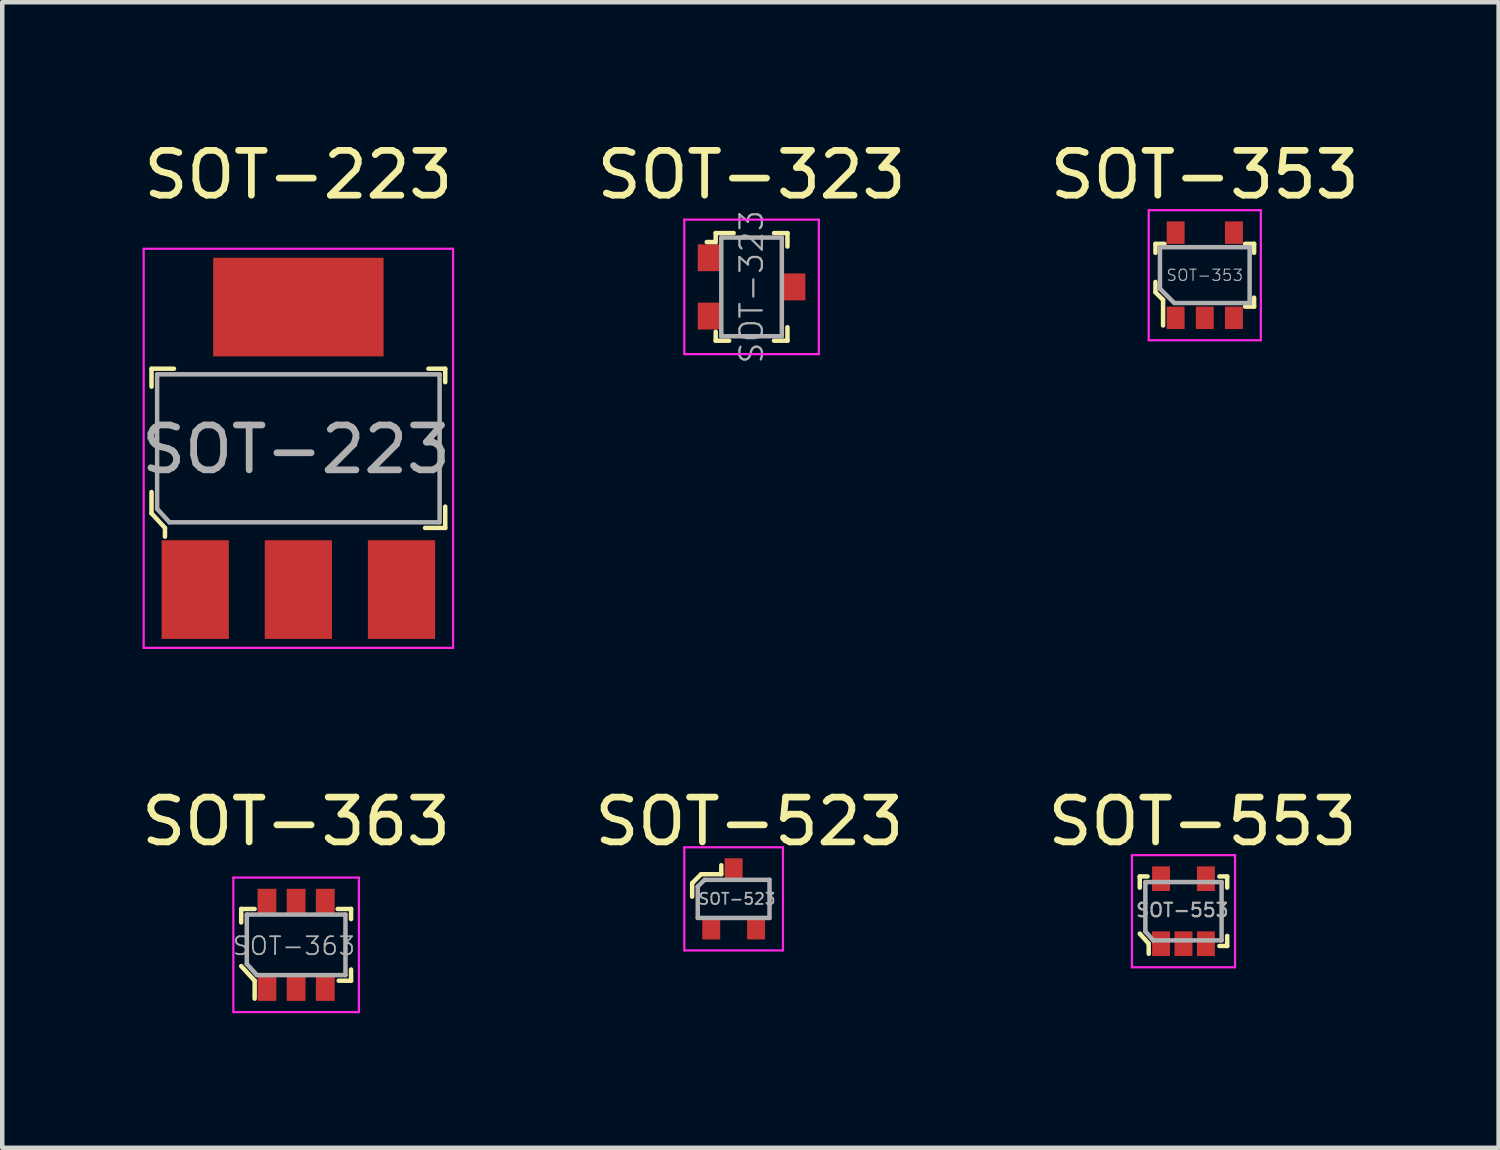
<source format=kicad_pcb>
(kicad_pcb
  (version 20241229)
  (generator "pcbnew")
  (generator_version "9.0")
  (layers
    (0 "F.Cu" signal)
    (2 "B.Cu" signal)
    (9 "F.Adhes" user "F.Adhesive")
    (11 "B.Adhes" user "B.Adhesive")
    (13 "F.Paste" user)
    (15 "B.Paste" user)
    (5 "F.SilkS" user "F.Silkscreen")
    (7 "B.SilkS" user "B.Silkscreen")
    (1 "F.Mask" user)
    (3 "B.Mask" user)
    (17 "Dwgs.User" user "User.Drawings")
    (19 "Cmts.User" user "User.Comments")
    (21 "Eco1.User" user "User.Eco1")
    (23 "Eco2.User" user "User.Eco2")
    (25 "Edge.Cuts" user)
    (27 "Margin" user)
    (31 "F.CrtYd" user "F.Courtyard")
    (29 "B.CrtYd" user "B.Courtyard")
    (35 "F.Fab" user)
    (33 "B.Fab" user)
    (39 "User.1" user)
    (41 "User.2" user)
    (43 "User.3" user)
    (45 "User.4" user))
  (footprint "SOT-223"
    (layer "F.Cu")
    (at 3.604 6.948)
    (property "Reference" "SOT-223" (at 0 -6.1 0) (layer "F.SilkS") (effects (font (size 1 1) (thickness 0.15))))
    (attr through_hole)
    (fp_line (start -3.275 -1.775) (end -3.275 -1.375) (stroke (width 0.1) (type solid)) (layer "F.SilkS"))
    (fp_line (start -3.275 0.975) (end -3.275 1.45) (stroke (width 0.1) (type solid)) (layer "F.SilkS"))
    (fp_line (start -3.275 1.45) (end -2.975 1.775) (stroke (width 0.1) (type solid)) (layer "F.SilkS"))
    (fp_line (start -2.975 1.775) (end -2.975 1.97) (stroke (width 0.1) (type solid)) (layer "F.SilkS"))
    (fp_line (start -2.775 -1.775) (end -3.275 -1.775) (stroke (width 0.1) (type solid)) (layer "F.SilkS"))
    (fp_line (start 2.9 -1.775) (end 3.275 -1.775) (stroke (width 0.1) (type solid)) (layer "F.SilkS"))
    (fp_line (start 3.275 -1.775) (end 3.275 -1.475) (stroke (width 0.1) (type solid)) (layer "F.SilkS"))
    (fp_line (start 3.275 1.3) (end 3.275 1.775) (stroke (width 0.1) (type solid)) (layer "F.SilkS"))
    (fp_line (start 3.275 1.775) (end 2.825 1.775) (stroke (width 0.1) (type solid)) (layer "F.SilkS"))
    (fp_line (start -3.45 -4.45) (end -3.45 4.45) (stroke (width 0.05) (type solid)) (layer "F.CrtYd"))
    (fp_line (start -3.45 4.45) (end 3.45 4.45) (stroke (width 0.05) (type solid)) (layer "F.CrtYd"))
    (fp_line (start 3.45 -4.45) (end -3.45 -4.45) (stroke (width 0.05) (type solid)) (layer "F.CrtYd"))
    (fp_line (start 3.45 -4.45) (end 3.45 4.45) (stroke (width 0.05) (type solid)) (layer "F.CrtYd"))
    (fp_line (start -3.15 -1.65) (end 3.15 -1.65) (stroke (width 0.1) (type solid)) (layer "F.Fab"))
    (fp_line (start -3.15 1.35) (end -3.15 -1.65) (stroke (width 0.1) (type solid)) (layer "F.Fab"))
    (fp_line (start -3.15 1.35) (end -2.875 1.65) (stroke (width 0.1) (type solid)) (layer "F.Fab"))
    (fp_line (start 3.15 -1.65) (end 3.15 1.65) (stroke (width 0.1) (type solid)) (layer "F.Fab"))
    (fp_line (start 3.15 1.65) (end -2.875 1.65) (stroke (width 0.1) (type solid)) (layer "F.Fab"))
    (fp_text user "${REFERENCE}" (at -0.05 0.025 0) (layer "F.Fab") (effects (font (size 1 1) (thickness 0.15))))
    (pad "1" smd rect (at -2.3 3.15) (size 1.5 2.2) (layers "F.Cu" "F.Mask" "F.Paste"))
    (pad "2" smd rect (at 0 3.15) (size 1.5 2.2) (layers "F.Cu" "F.Mask" "F.Paste"))
    (pad "3" smd rect (at 2.3 3.15) (size 1.5 2.2) (layers "F.Cu" "F.Mask" "F.Paste"))
    (pad "4" smd rect (at 0 -3.15) (size 3.8 2.2) (layers "F.Cu" "F.Mask" "F.Paste")))
  (footprint "SOT-553"
    (layer "F.Cu")
    (at 23.343 17.271)
    (property "Reference" "SOT-553" (at 0.425 -2 0) (layer "F.SilkS") (effects (font (size 1 1) (thickness 0.15))))
    (attr smd)
    (fp_line (start -0.975 -0.775) (end -0.975 -0.525) (stroke (width 0.1) (type solid)) (layer "F.SilkS"))
    (fp_line (start -0.975 -0.775) (end -0.8 -0.775) (stroke (width 0.1) (type solid)) (layer "F.SilkS"))
    (fp_line (start -0.975 0.5) (end -0.775 0.725) (stroke (width 0.1) (type solid)) (layer "F.SilkS"))
    (fp_line (start -0.775 0.725) (end -0.775 0.95) (stroke (width 0.1) (type solid)) (layer "F.SilkS"))
    (fp_line (start 0.975 -0.775) (end 0.8 -0.775) (stroke (width 0.1) (type solid)) (layer "F.SilkS"))
    (fp_line (start 0.975 -0.775) (end 0.975 -0.525) (stroke (width 0.1) (type solid)) (layer "F.SilkS"))
    (fp_line (start 0.975 0.775) (end 0.8 0.775) (stroke (width 0.1) (type solid)) (layer "F.SilkS"))
    (fp_line (start 0.975 0.775) (end 0.975 0.55) (stroke (width 0.1) (type solid)) (layer "F.SilkS"))
    (fp_line (start -1.15 -1.25) (end 1.15 -1.25) (stroke (width 0.05) (type solid)) (layer "F.CrtYd"))
    (fp_line (start -1.15 1.25) (end -1.15 -1.25) (stroke (width 0.05) (type solid)) (layer "F.CrtYd"))
    (fp_line (start 1.15 -1.25) (end 1.15 1.25) (stroke (width 0.05) (type solid)) (layer "F.CrtYd"))
    (fp_line (start 1.15 1.25) (end -1.15 1.25) (stroke (width 0.05) (type solid)) (layer "F.CrtYd"))
    (fp_line (start -0.85 -0.65) (end 0.85 -0.65) (stroke (width 0.1) (type solid)) (layer "F.Fab"))
    (fp_line (start -0.85 0.45) (end -0.85 -0.65) (stroke (width 0.1) (type solid)) (layer "F.Fab"))
    (fp_line (start -0.85 0.45) (end -0.675 0.65) (stroke (width 0.1) (type solid)) (layer "F.Fab"))
    (fp_line (start -0.675 0.65) (end 0.85 0.65) (stroke (width 0.1) (type solid)) (layer "F.Fab"))
    (fp_line (start 0.85 -0.65) (end 0.85 0.65) (stroke (width 0.1) (type solid)) (layer "F.Fab"))
    (fp_text user "${REFERENCE}" (at -0.025 -0.025 0) (layer "F.Fab") (effects (font (size 0.3 0.3) (thickness 0.05))))
    (pad "1" smd rect (at -0.5 0.725) (size 0.4 0.55) (layers "F.Cu" "F.Mask" "F.Paste"))
    (pad "2" smd rect (at 0 0.725) (size 0.4 0.55) (layers "F.Cu" "F.Mask" "F.Paste"))
    (pad "3" smd rect (at 0.5 0.725) (size 0.4 0.55) (layers "F.Cu" "F.Mask" "F.Paste"))
    (pad "4" smd rect (at 0.5 -0.725) (size 0.4 0.55) (layers "F.Cu" "F.Mask" "F.Paste"))
    (pad "5" smd rect (at -0.5 -0.725) (size 0.4 0.55) (layers "F.Cu" "F.Mask" "F.Paste")))
  (footprint "SOT-523"
    (layer "F.Cu")
    (at 13.311 17.646)
    (property "Reference" "SOT-523" (at 0.35 -2.375 0) (layer "F.SilkS") (effects (font (size 1 1) (thickness 0.15))))
    (attr through_hole)
    (fp_line (start -0.925 -1) (end -0.725 -1.2) (stroke (width 0.1) (type solid)) (layer "F.SilkS"))
    (fp_line (start -0.925 -0.7) (end -0.925 -1) (stroke (width 0.1) (type solid)) (layer "F.SilkS"))
    (fp_line (start -0.725 -1.2) (end -0.275 -1.2) (stroke (width 0.1) (type solid)) (layer "F.SilkS"))
    (fp_line (start -0.275 -1.2) (end -0.275 -1.4) (stroke (width 0.1) (type solid)) (layer "F.SilkS"))
    (fp_line (start -1.1 -1.8) (end -1.1 0.5) (stroke (width 0.05) (type solid)) (layer "F.CrtYd"))
    (fp_line (start -1.1 -1.8) (end 1.1 -1.8) (stroke (width 0.05) (type solid)) (layer "F.CrtYd"))
    (fp_line (start -1.1 0.5) (end 1.1 0.5) (stroke (width 0.05) (type solid)) (layer "F.CrtYd"))
    (fp_line (start 1.1 -1.8) (end 1.1 0.5) (stroke (width 0.05) (type solid)) (layer "F.CrtYd"))
    (fp_line (start -0.8 -0.925) (end -0.8 -0.225) (stroke (width 0.1) (type solid)) (layer "F.Fab"))
    (fp_line (start -0.65 -1.075) (end -0.8 -0.925) (stroke (width 0.1) (type solid)) (layer "F.Fab"))
    (fp_line (start 0.8 -1.075) (end -0.65 -1.075) (stroke (width 0.1) (type solid)) (layer "F.Fab"))
    (fp_line (start 0.8 -1.075) (end 0.8 -0.225) (stroke (width 0.1) (type solid)) (layer "F.Fab"))
    (fp_line (start 0.8 -0.225) (end -0.8 -0.225) (stroke (width 0.1) (type solid)) (layer "F.Fab"))
    (fp_text user "${REFERENCE}" (at 0.075 -0.65 0) (layer "F.Fab") (effects (font (size 0.25 0.25) (thickness 0.04))))
    (pad "1" smd rect (at -0.5 0) (size 0.4 0.51) (layers "F.Cu" "F.Mask" "F.Paste"))
    (pad "2" smd rect (at 0.5 0) (size 0.4 0.51) (layers "F.Cu" "F.Mask" "F.Paste"))
    (pad "3" smd rect (at 0 -1.3) (size 0.4 0.51) (layers "F.Cu" "F.Mask" "F.Paste")))
  (footprint "SOT-323"
    (layer "F.Cu")
    (at 13.711 3.348)
    (property "Reference" "SOT-323" (at 0 -2.5 0) (layer "F.SilkS") (effects (font (size 1 1) (thickness 0.15))))
    (attr smd)
    (fp_line (start -0.8 -1.2) (end -0.8 -1) (stroke (width 0.1) (type solid)) (layer "F.SilkS"))
    (fp_line (start -0.8 -1) (end -1 -1) (stroke (width 0.1) (type solid)) (layer "F.SilkS"))
    (fp_line (start -0.8 1) (end -0.8 1.2) (stroke (width 0.1) (type solid)) (layer "F.SilkS"))
    (fp_line (start -0.8 1.2) (end -0.5 1.2) (stroke (width 0.1) (type solid)) (layer "F.SilkS"))
    (fp_line (start -0.4 -1.2) (end -0.8 -1.2) (stroke (width 0.1) (type solid)) (layer "F.SilkS"))
    (fp_line (start 0.5 -1.2) (end 0.8 -1.2) (stroke (width 0.1) (type solid)) (layer "F.SilkS"))
    (fp_line (start 0.5 1.2) (end 0.8 1.2) (stroke (width 0.1) (type solid)) (layer "F.SilkS"))
    (fp_line (start 0.8 -1.2) (end 0.8 -0.9) (stroke (width 0.1) (type solid)) (layer "F.SilkS"))
    (fp_line (start 0.8 1.2) (end 0.8 0.9) (stroke (width 0.1) (type solid)) (layer "F.SilkS"))
    (fp_line (start -1.5 -1.5) (end -1.5 1.5) (stroke (width 0.05) (type solid)) (layer "F.CrtYd"))
    (fp_line (start -1.5 -1.5) (end 1.5 -1.5) (stroke (width 0.05) (type solid)) (layer "F.CrtYd"))
    (fp_line (start -1.5 1.5) (end 1.5 1.5) (stroke (width 0.05) (type solid)) (layer "F.CrtYd"))
    (fp_line (start 1.5 -1.5) (end 1.5 1.5) (stroke (width 0.05) (type solid)) (layer "F.CrtYd"))
    (fp_line (start -0.675 -1.1) (end -0.675 1.1) (stroke (width 0.1) (type solid)) (layer "F.Fab"))
    (fp_line (start -0.675 -1.1) (end 0.675 -1.1) (stroke (width 0.1) (type solid)) (layer "F.Fab"))
    (fp_line (start -0.675 1.1) (end 0.675 1.1) (stroke (width 0.1) (type solid)) (layer "F.Fab"))
    (fp_line (start 0.675 -1.1) (end 0.675 1.1) (stroke (width 0.1) (type solid)) (layer "F.Fab"))
    (fp_text user "${REFERENCE}" (at 0 0 90) (layer "F.Fab") (effects (font (size 0.5 0.5) (thickness 0.05))))
    (pad "1" smd rect (at -0.925 -0.65) (size 0.55 0.6) (layers "F.Cu" "F.Mask" "F.Paste"))
    (pad "2" smd rect (at -0.925 0.65) (size 0.55 0.6) (layers "F.Cu" "F.Mask" "F.Paste"))
    (pad "3" smd rect (at 0.925 0) (size 0.55 0.6) (layers "F.Cu" "F.Mask" "F.Paste")))
  (footprint "SOT-363"
    (layer "F.Cu")
    (at 3.554 18.021)
    (property "Reference" "SOT-363" (at 0 -2.75 0) (layer "F.SilkS") (effects (font (size 1 1) (thickness 0.15))))
    (attr smd)
    (fp_line (start -1.225 -0.8) (end -1.225 -0.5) (stroke (width 0.1) (type solid)) (layer "F.SilkS"))
    (fp_line (start -1.225 0.475) (end -0.925 0.8) (stroke (width 0.1) (type solid)) (layer "F.SilkS"))
    (fp_line (start -0.925 -0.8) (end -1.225 -0.8) (stroke (width 0.1) (type solid)) (layer "F.SilkS"))
    (fp_line (start -0.925 0.8) (end -0.925 1.2) (stroke (width 0.1) (type solid)) (layer "F.SilkS"))
    (fp_line (start 0.925 -0.8) (end 1.225 -0.8) (stroke (width 0.1) (type solid)) (layer "F.SilkS"))
    (fp_line (start 0.95 0.8) (end 1.225 0.8) (stroke (width 0.1) (type solid)) (layer "F.SilkS"))
    (fp_line (start 1.225 -0.8) (end 1.225 -0.575) (stroke (width 0.1) (type solid)) (layer "F.SilkS"))
    (fp_line (start 1.225 0.8) (end 1.225 0.55) (stroke (width 0.1) (type solid)) (layer "F.SilkS"))
    (fp_line (start -1.4 -1.5) (end 1.4 -1.5) (stroke (width 0.05) (type solid)) (layer "F.CrtYd"))
    (fp_line (start -1.4 1.5) (end -1.4 -1.5) (stroke (width 0.05) (type solid)) (layer "F.CrtYd"))
    (fp_line (start 1.4 -1.5) (end 1.4 1.5) (stroke (width 0.05) (type solid)) (layer "F.CrtYd"))
    (fp_line (start 1.4 1.5) (end -1.4 1.5) (stroke (width 0.05) (type solid)) (layer "F.CrtYd"))
    (fp_line (start -1.1 -0.675) (end 1.1 -0.675) (stroke (width 0.1) (type solid)) (layer "F.Fab"))
    (fp_line (start -1.1 0.425) (end -1.1 -0.675) (stroke (width 0.1) (type solid)) (layer "F.Fab"))
    (fp_line (start -1.1 0.425) (end -0.875 0.675) (stroke (width 0.1) (type solid)) (layer "F.Fab"))
    (fp_line (start -0.875 0.675) (end 1.1 0.675) (stroke (width 0.1) (type solid)) (layer "F.Fab"))
    (fp_line (start 1.1 -0.675) (end 1.1 0.675) (stroke (width 0.1) (type solid)) (layer "F.Fab"))
    (fp_text user "${REFERENCE}" (at -0.05 0.025 0) (layer "F.Fab") (effects (font (size 0.4 0.4) (thickness 0.04))))
    (pad "1" smd rect (at -0.65 0.95) (size 0.42 0.6) (layers "F.Cu" "F.Mask" "F.Paste"))
    (pad "2" smd rect (at 0 0.95) (size 0.42 0.6) (layers "F.Cu" "F.Mask" "F.Paste"))
    (pad "3" smd rect (at 0.65 0.95) (size 0.42 0.6) (layers "F.Cu" "F.Mask" "F.Paste"))
    (pad "4" smd rect (at 0.65 -0.95) (size 0.42 0.6) (layers "F.Cu" "F.Mask" "F.Paste"))
    (pad "5" smd rect (at 0 -0.95) (size 0.42 0.6) (layers "F.Cu" "F.Mask" "F.Paste"))
    (pad "6" smd rect (at -0.65 -0.95) (size 0.42 0.6) (layers "F.Cu" "F.Mask" "F.Paste")))
  (footprint "SOT-353"
    (layer "F.Cu")
    (at 23.818 3.088)
    (property "Reference" "SOT-353" (at 0 -2.24 0) (layer "F.SilkS") (effects (font (size 1 1) (thickness 0.15))))
    (attr through_hole)
    (fp_line (start -1.1 -0.7) (end -1.1 -0.5) (stroke (width 0.1) (type solid)) (layer "F.SilkS"))
    (fp_line (start -1.1 0.15) (end -1.1 0.38) (stroke (width 0.1) (type solid)) (layer "F.SilkS"))
    (fp_line (start -1.1 0.38) (end -0.93 0.55) (stroke (width 0.1) (type solid)) (layer "F.SilkS"))
    (fp_line (start -0.93 0.55) (end -0.93 1.12) (stroke (width 0.1) (type solid)) (layer "F.SilkS"))
    (fp_line (start -0.9 -0.7) (end -1.1 -0.7) (stroke (width 0.1) (type solid)) (layer "F.SilkS"))
    (fp_line (start 0.9 -0.7) (end 1.1 -0.7) (stroke (width 0.1) (type solid)) (layer "F.SilkS"))
    (fp_line (start 0.9 0.7) (end 1.1 0.7) (stroke (width 0.1) (type solid)) (layer "F.SilkS"))
    (fp_line (start 1.1 -0.7) (end 1.1 -0.5) (stroke (width 0.1) (type solid)) (layer "F.SilkS"))
    (fp_line (start 1.1 0.7) (end 1.1 0.5) (stroke (width 0.1) (type solid)) (layer "F.SilkS"))
    (fp_line (start -1.25 -1.45) (end 1.25 -1.45) (stroke (width 0.05) (type solid)) (layer "F.CrtYd"))
    (fp_line (start -1.25 1.45) (end -1.25 -1.45) (stroke (width 0.05) (type solid)) (layer "F.CrtYd"))
    (fp_line (start -1.25 1.45) (end 1.25 1.45) (stroke (width 0.05) (type solid)) (layer "F.CrtYd"))
    (fp_line (start 1.25 1.45) (end 1.25 -1.45) (stroke (width 0.05) (type solid)) (layer "F.CrtYd"))
    (fp_line (start -1 -0.63) (end -1 0.3) (stroke (width 0.1) (type solid)) (layer "F.Fab"))
    (fp_line (start -1 0.3) (end -0.7 0.6) (stroke (width 0.1) (type solid)) (layer "F.Fab"))
    (fp_line (start 1 -0.625) (end -1 -0.625) (stroke (width 0.1) (type solid)) (layer "F.Fab"))
    (fp_line (start 1 -0.62) (end 1 0.62) (stroke (width 0.1) (type solid)) (layer "F.Fab"))
    (fp_line (start 1 0.62) (end -0.68 0.62) (stroke (width 0.1) (type solid)) (layer "F.Fab"))
    (fp_text user "${REFERENCE}" (at 0 0 0) (layer "F.Fab") (effects (font (size 0.25 0.25) (thickness 0.025))))
    (pad "1" smd rect (at -0.65 0.95) (size 0.4 0.5) (layers "F.Cu" "F.Mask" "F.Paste"))
    (pad "2" smd rect (at 0 0.95) (size 0.4 0.5) (layers "F.Cu" "F.Mask" "F.Paste"))
    (pad "3" smd rect (at 0.65 0.95) (size 0.4 0.5) (layers "F.Cu" "F.Mask" "F.Paste"))
    (pad "4" smd rect (at 0.65 -0.95) (size 0.4 0.5) (layers "F.Cu" "F.Mask" "F.Paste"))
    (pad "5" smd rect (at -0.65 -0.95) (size 0.4 0.5) (layers "F.Cu" "F.Mask" "F.Paste")))
  (gr_rect
    (start -3 -3)
    (end 30.371 22.547)
    (stroke (width 0.1) (type default))
    (fill no)
    (layer "Edge.Cuts")))
</source>
